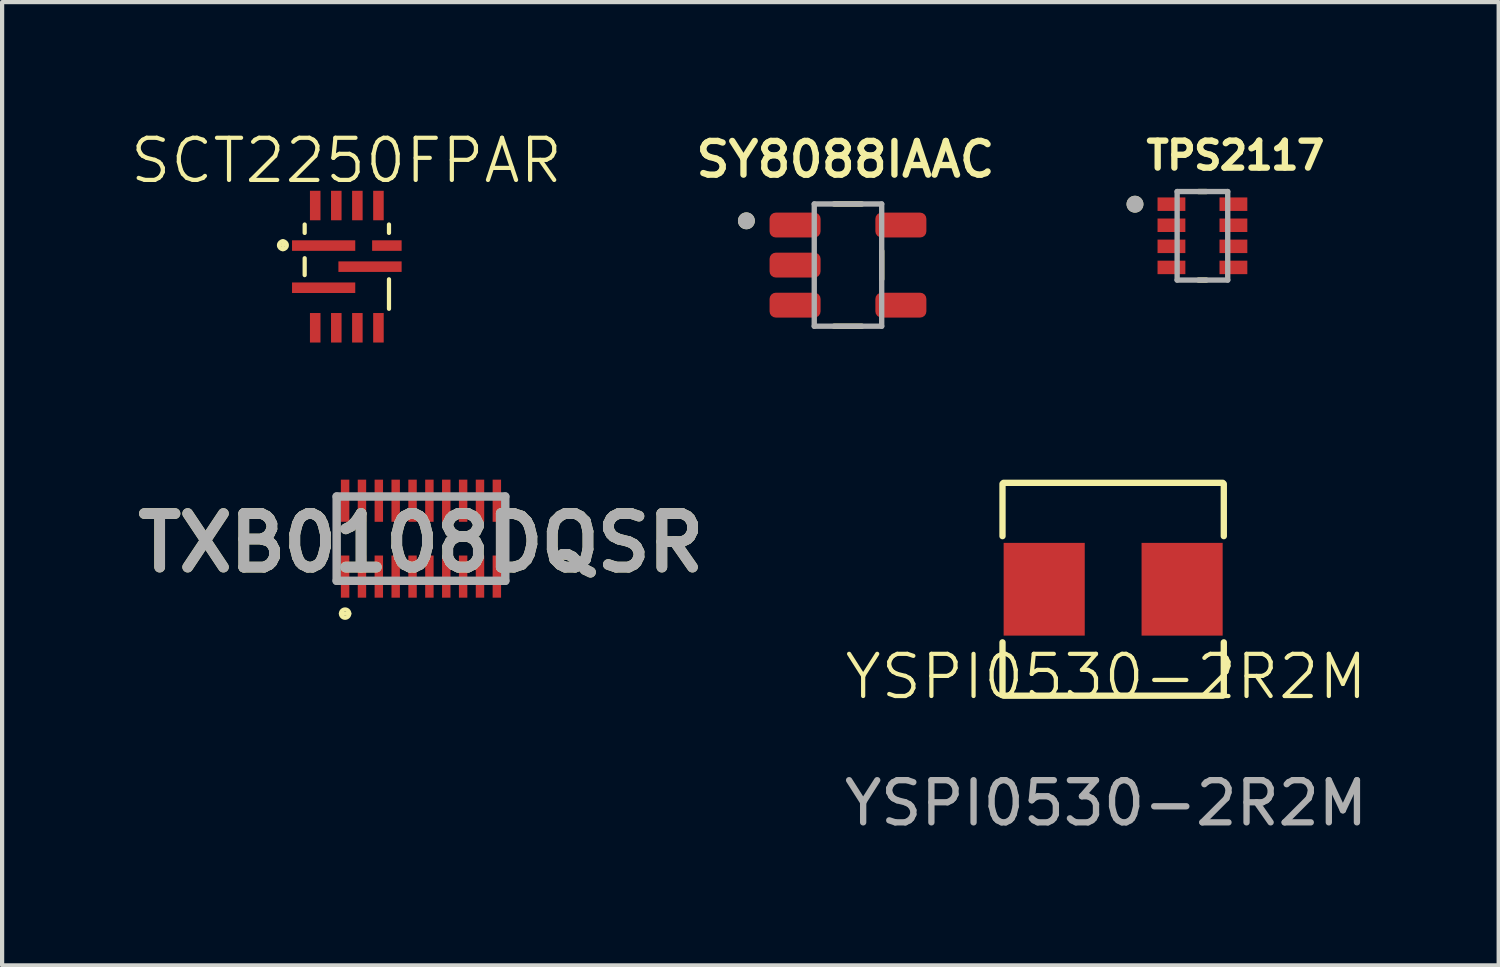
<source format=kicad_pcb>
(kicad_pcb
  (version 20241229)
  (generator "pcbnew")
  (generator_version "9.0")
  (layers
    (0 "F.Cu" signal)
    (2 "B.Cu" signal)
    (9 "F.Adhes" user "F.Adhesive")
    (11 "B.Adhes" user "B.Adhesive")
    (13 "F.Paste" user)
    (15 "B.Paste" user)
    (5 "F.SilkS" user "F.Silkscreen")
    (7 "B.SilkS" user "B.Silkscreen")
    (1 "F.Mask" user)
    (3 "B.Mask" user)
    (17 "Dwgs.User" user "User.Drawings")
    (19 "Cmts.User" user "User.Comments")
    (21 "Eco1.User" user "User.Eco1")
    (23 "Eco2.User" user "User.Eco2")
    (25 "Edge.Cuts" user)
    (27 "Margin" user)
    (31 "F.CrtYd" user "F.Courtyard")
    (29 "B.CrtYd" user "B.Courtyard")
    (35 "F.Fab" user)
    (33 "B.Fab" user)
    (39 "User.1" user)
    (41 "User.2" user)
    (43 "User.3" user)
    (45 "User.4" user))
  (footprint "SY8088IAAC"
    (layer "F.Cu")
    (at 17.067 3.239)
    (property "Reference" "SY8088IAAC" (at -0.06 -2.508 0) (layer "F.SilkS") (effects (font (size 0.8 0.8) (thickness 0.15))))
    (attr smd)
    (fp_line (start -0.33 -1.45) (end 0.33 -1.45) (stroke (width 0.127) (type solid)) (layer "F.SilkS"))
    (fp_line (start 0.33 1.45) (end -0.33 1.45) (stroke (width 0.127) (type solid)) (layer "F.SilkS"))
    (fp_line (start 0.8 -0.335) (end 0.8 0.335) (stroke (width 0.127) (type solid)) (layer "F.SilkS"))
    (fp_circle (center -2.41 -1.05) (end -2.31 -1.05) (stroke (width 0.2) (type solid)) (fill no) (layer "F.SilkS"))
    (fp_line (start -0.8 -1.45) (end 0.8 -1.45) (stroke (width 0.127) (type solid)) (layer "F.Fab"))
    (fp_line (start -0.8 1.45) (end -0.8 -1.45) (stroke (width 0.127) (type solid)) (layer "F.Fab"))
    (fp_line (start 0.8 -1.45) (end 0.8 1.45) (stroke (width 0.127) (type solid)) (layer "F.Fab"))
    (fp_line (start 0.8 1.45) (end -0.8 1.45) (stroke (width 0.127) (type solid)) (layer "F.Fab"))
    (fp_circle (center -2.41 -1.05) (end -2.31 -1.05) (stroke (width 0.2) (type solid)) (fill no) (layer "F.Fab"))
    (pad "1" smd roundrect (at -1.255 -0.95) (size 1.21 0.59) (layers "F.Cu" "F.Mask" "F.Paste") (roundrect_rratio 0.25))
    (pad "2" smd roundrect (at -1.255 0) (size 1.21 0.59) (layers "F.Cu" "F.Mask" "F.Paste") (roundrect_rratio 0.25))
    (pad "3" smd roundrect (at -1.255 0.95) (size 1.21 0.59) (layers "F.Cu" "F.Mask" "F.Paste") (roundrect_rratio 0.25))
    (pad "4" smd roundrect (at 1.255 0.95) (size 1.21 0.59) (layers "F.Cu" "F.Mask" "F.Paste") (roundrect_rratio 0.25))
    (pad "5" smd roundrect (at 1.255 -0.95) (size 1.21 0.59) (layers "F.Cu" "F.Mask" "F.Paste") (roundrect_rratio 0.25)))
  (footprint "YSPI0530-2R2M"
    (layer "F.Cu")
    (at 23.189 13.504)
    (property "Reference" "YSPI0530-2R2M" (at 0 -0.5 0) (unlocked yes) (layer "F.SilkS") (effects (font (size 1 1) (thickness 0.1))))
    (attr smd)
    (fp_line (start -2.456 -3.835) (end -2.456 -5.075) (stroke (width 0.15) (type solid)) (layer "F.SilkS"))
    (fp_line (start -2.456 -0.075) (end -2.456 -1.315) (stroke (width 0.15) (type solid)) (layer "F.SilkS"))
    (fp_line (start -2.431 -5.1) (end 2.769 -5.1) (stroke (width 0.15) (type solid)) (layer "F.SilkS"))
    (fp_line (start -2.431 -0.05) (end 2.769 -0.05) (stroke (width 0.15) (type solid)) (layer "F.SilkS"))
    (fp_line (start 2.794 -3.835) (end 2.794 -5.075) (stroke (width 0.15) (type solid)) (layer "F.SilkS"))
    (fp_line (start 2.794 -0.075) (end 2.794 -1.315) (stroke (width 0.15) (type solid)) (layer "F.SilkS"))
    (fp_line (start -2.456 -0.05) (end -2.456 -5.075) (stroke (width 0.15) (type solid)) (layer "Eco1.User"))
    (fp_line (start -2.431 -5.1) (end 2.769 -5.1) (stroke (width 0.15) (type solid)) (layer "Eco1.User"))
    (fp_line (start -2.431 -0.05) (end 2.769 -0.05) (stroke (width 0.15) (type solid)) (layer "Eco1.User"))
    (fp_line (start 2.794 -0.05) (end 2.794 -5.075) (stroke (width 0.15) (type solid)) (layer "Eco1.User"))
    (fp_text user "${REFERENCE}" (at 0 2.5 0) (unlocked yes) (layer "F.Fab") (effects (font (size 1 1) (thickness 0.15))))
    (pad "1" smd rect (at 1.805 -2.575) (size 1.924 2.2) (layers "F.Cu" "F.Mask" "F.Paste"))
    (pad "2" smd rect (at -1.467 -2.575) (size 1.924 2.2) (layers "F.Cu" "F.Mask" "F.Paste")))
  (footprint "SCT2250FPAR"
    (layer "F.Cu")
    (at 5.169 5.079)
    (property "Reference" "SCT2250FPAR" (at 0 -4.318 0) (unlocked yes) (layer "F.SilkS") (effects (font (size 1 1) (thickness 0.1))))
    (attr smd)
    (fp_line (start -1.507 -2.311) (end -1.489 -2.346) (stroke (width 0.1) (type default)) (layer "F.SilkS"))
    (fp_line (start -0.991 -2.603) (end -0.991 -2.803) (stroke (width 0.1) (type solid)) (layer "F.SilkS"))
    (fp_line (start -0.991 -1.603) (end -0.991 -2.003) (stroke (width 0.1) (type solid)) (layer "F.SilkS"))
    (fp_line (start 1.009 -2.603) (end 1.009 -2.803) (stroke (width 0.1) (type solid)) (layer "F.SilkS"))
    (fp_line (start 1.009 -0.803) (end 1.009 -1.503) (stroke (width 0.1) (type solid)) (layer "F.SilkS"))
    (fp_arc (start -1.5074 -2.4042) (mid -1.4146 -2.3114) (end -1.5074 -2.2186) (stroke (width 0.1) (type solid)) (layer "F.SilkS"))
    (fp_arc (start -1.5074 -2.2186) (mid -1.6002 -2.3114) (end -1.5074 -2.4042) (stroke (width 0.1) (type solid)) (layer "F.SilkS"))
    (fp_line (start -0.991 -0.353) (end -0.991 -3.303) (stroke (width 0.2) (type solid)) (layer "Eco1.User"))
    (fp_line (start 1.009 -3.303) (end -0.991 -3.303) (stroke (width 0.2) (type solid)) (layer "Eco1.User"))
    (fp_line (start 1.009 -0.353) (end -0.991 -0.353) (stroke (width 0.2) (type solid)) (layer "Eco1.User"))
    (fp_line (start 1.009 -0.353) (end 1.009 -3.303) (stroke (width 0.2) (type solid)) (layer "Eco1.User"))
    (fp_text user "${}" (at -0.454 -2.718 0) (unlocked yes) (layer "Eco1.User") (effects (font (size 1 1) (thickness 0.3)) (justify left bottom mirror)))
    (pad "1" smd rect (at -0.541 -2.303) (size 1.5 0.25) (layers "F.Cu" "F.Mask" "F.Paste"))
    (pad "2" smd rect (at -0.541 -1.303) (size 1.5 0.25) (layers "F.Cu" "F.Mask" "F.Paste"))
    (pad "3" smd rect (at -0.741 -0.353 90) (size 0.7 0.25) (layers "F.Cu" "F.Mask" "F.Paste"))
    (pad "4" smd rect (at -0.241 -0.353 90) (size 0.7 0.25) (layers "F.Cu" "F.Mask" "F.Paste"))
    (pad "5" smd rect (at 0.259 -0.353 90) (size 0.7 0.25) (layers "F.Cu" "F.Mask" "F.Paste"))
    (pad "6" smd rect (at 0.759 -0.353 90) (size 0.7 0.25) (layers "F.Cu" "F.Mask" "F.Paste"))
    (pad "7" smd rect (at 0.559 -1.803) (size 1.5 0.25) (layers "F.Cu" "F.Mask" "F.Paste"))
    (pad "8" smd rect (at 0.959 -2.303) (size 0.7 0.25) (layers "F.Cu" "F.Mask" "F.Paste"))
    (pad "9" smd rect (at 0.759 -3.253 90) (size 0.7 0.25) (layers "F.Cu" "F.Mask" "F.Paste"))
    (pad "10" smd rect (at 0.259 -3.253 90) (size 0.7 0.25) (layers "F.Cu" "F.Mask" "F.Paste"))
    (pad "11" smd rect (at -0.241 -3.253 90) (size 0.7 0.25) (layers "F.Cu" "F.Mask" "F.Paste"))
    (pad "12" smd rect (at -0.741 -3.253 90) (size 0.7 0.25) (layers "F.Cu" "F.Mask" "F.Paste")))
  (footprint "TXB0108DQSR"
    (layer "F.Cu")
    (at 6.937 9.729)
    (property "Reference" "TXB0108DQSR" (at 0 0.1 0) (layer "F.SilkS") (effects (font (size 1.27 1.27) (thickness 0.254))))
    (attr smd)
    (fp_line (start -2 -0.3) (end -2 0.2) (stroke (width 0.1) (type solid)) (layer "F.SilkS"))
    (fp_line (start -1.85 1.778) (end -1.85 1.778) (stroke (width 0.1) (type solid)) (layer "F.SilkS"))
    (fp_line (start -1.85 1.778) (end -1.75 1.778) (stroke (width 0.1) (type solid)) (layer "F.SilkS"))
    (fp_line (start 2 -0.3) (end 2 0.3) (stroke (width 0.1) (type solid)) (layer "F.SilkS"))
    (fp_arc (start -1.8982 1.778) (mid -1.8 1.6798) (end -1.7018 1.778) (stroke (width 0.1) (type solid)) (layer "F.SilkS"))
    (fp_arc (start -1.7018 1.778) (mid -1.8 1.8762) (end -1.8982 1.778) (stroke (width 0.1) (type solid)) (layer "F.SilkS"))
    (fp_line (start -2 -1) (end 2 -1) (stroke (width 0.2) (type solid)) (layer "F.Fab"))
    (fp_line (start -2 1) (end -2 -1) (stroke (width 0.2) (type solid)) (layer "F.Fab"))
    (fp_line (start 2 -1) (end 2 1) (stroke (width 0.2) (type solid)) (layer "F.Fab"))
    (fp_line (start 2 1) (end -2 1) (stroke (width 0.2) (type solid)) (layer "F.Fab"))
    (fp_text user "${REFERENCE}" (at 0 0.1 0) (layer "F.Fab") (effects (font (size 1.27 1.27) (thickness 0.254))))
    (pad "1" smd rect (at -1.8 0.9) (size 0.2 1) (layers "F.Cu" "F.Mask" "F.Paste"))
    (pad "2" smd rect (at -1.4 0.9) (size 0.2 1) (layers "F.Cu" "F.Mask" "F.Paste"))
    (pad "3" smd rect (at -1 0.9) (size 0.2 1) (layers "F.Cu" "F.Mask" "F.Paste"))
    (pad "4" smd rect (at -0.6 0.9) (size 0.2 1) (layers "F.Cu" "F.Mask" "F.Paste"))
    (pad "5" smd rect (at -0.2 0.9) (size 0.2 1) (layers "F.Cu" "F.Mask" "F.Paste"))
    (pad "6" smd rect (at 0.2 0.9) (size 0.2 1) (layers "F.Cu" "F.Mask" "F.Paste"))
    (pad "7" smd rect (at 0.6 0.9) (size 0.2 1) (layers "F.Cu" "F.Mask" "F.Paste"))
    (pad "8" smd rect (at 1 0.9) (size 0.2 1) (layers "F.Cu" "F.Mask" "F.Paste"))
    (pad "9" smd rect (at 1.4 0.9) (size 0.2 1) (layers "F.Cu" "F.Mask" "F.Paste"))
    (pad "10" smd rect (at 1.8 0.9) (size 0.2 1) (layers "F.Cu" "F.Mask" "F.Paste"))
    (pad "11" smd rect (at 1.8 -0.9) (size 0.2 1) (layers "F.Cu" "F.Mask" "F.Paste"))
    (pad "12" smd rect (at 1.4 -0.9) (size 0.2 1) (layers "F.Cu" "F.Mask" "F.Paste"))
    (pad "13" smd rect (at 1 -0.9) (size 0.2 1) (layers "F.Cu" "F.Mask" "F.Paste"))
    (pad "14" smd rect (at 0.6 -0.9) (size 0.2 1) (layers "F.Cu" "F.Mask" "F.Paste"))
    (pad "15" smd rect (at 0.2 -0.9) (size 0.2 1) (layers "F.Cu" "F.Mask" "F.Paste"))
    (pad "16" smd rect (at -0.2 -0.9) (size 0.2 1) (layers "F.Cu" "F.Mask" "F.Paste"))
    (pad "17" smd rect (at -0.6 -0.9) (size 0.2 1) (layers "F.Cu" "F.Mask" "F.Paste"))
    (pad "18" smd rect (at -1 -0.9) (size 0.2 1) (layers "F.Cu" "F.Mask" "F.Paste"))
    (pad "19" smd rect (at -1.4 -0.9) (size 0.2 1) (layers "F.Cu" "F.Mask" "F.Paste"))
    (pad "20" smd rect (at -1.8 -0.9) (size 0.2 1) (layers "F.Cu" "F.Mask" "F.Paste")))
  (footprint "TPS2117"
    (layer "F.Cu")
    (at 25.476 2.544)
    (property "Reference" "TPS2117" (at 0.782 -1.906 0) (layer "F.SilkS") (effects (font (size 0.64 0.64) (thickness 0.15))))
    (attr smd)
    (fp_poly (pts (xy -1.115 -0.96) (xy -0.355 -0.96) (xy -0.355 -0.54) (xy -1.115 -0.54)) (stroke (width 0.01) (type solid)) (fill yes) (layer "F.Mask"))
    (fp_poly (pts (xy -1.115 -0.46) (xy -0.355 -0.46) (xy -0.355 -0.04) (xy -1.115 -0.04)) (stroke (width 0.01) (type solid)) (fill yes) (layer "F.Mask"))
    (fp_poly (pts (xy -1.115 0.04) (xy -0.355 0.04) (xy -0.355 0.46) (xy -1.115 0.46)) (stroke (width 0.01) (type solid)) (fill yes) (layer "F.Mask"))
    (fp_poly (pts (xy -1.115 0.54) (xy -0.355 0.54) (xy -0.355 0.96) (xy -1.115 0.96)) (stroke (width 0.01) (type solid)) (fill yes) (layer "F.Mask"))
    (fp_poly (pts (xy 0.355 -0.96) (xy 1.115 -0.96) (xy 1.115 -0.54) (xy 0.355 -0.54)) (stroke (width 0.01) (type solid)) (fill yes) (layer "F.Mask"))
    (fp_poly (pts (xy 0.355 -0.46) (xy 1.115 -0.46) (xy 1.115 -0.04) (xy 0.355 -0.04)) (stroke (width 0.01) (type solid)) (fill yes) (layer "F.Mask"))
    (fp_poly (pts (xy 0.355 0.04) (xy 1.115 0.04) (xy 1.115 0.46) (xy 0.355 0.46)) (stroke (width 0.01) (type solid)) (fill yes) (layer "F.Mask"))
    (fp_poly (pts (xy 0.355 0.54) (xy 1.115 0.54) (xy 1.115 0.96) (xy 0.355 0.96)) (stroke (width 0.01) (type solid)) (fill yes) (layer "F.Mask"))
    (fp_line (start -0.091 -1.05) (end 0.091 -1.05) (stroke (width 0.127) (type solid)) (layer "F.SilkS"))
    (fp_line (start 0.091 1.05) (end -0.091 1.05) (stroke (width 0.127) (type solid)) (layer "F.SilkS"))
    (fp_circle (center -1.6 -0.75) (end -1.5 -0.75) (stroke (width 0.2) (type solid)) (fill no) (layer "F.SilkS"))
    (fp_line (start -0.6 -1.05) (end 0.6 -1.05) (stroke (width 0.127) (type solid)) (layer "F.Fab"))
    (fp_line (start -0.6 1.05) (end -0.6 -1.05) (stroke (width 0.127) (type solid)) (layer "F.Fab"))
    (fp_line (start 0.6 -1.05) (end 0.6 1.05) (stroke (width 0.127) (type solid)) (layer "F.Fab"))
    (fp_line (start 0.6 1.05) (end -0.6 1.05) (stroke (width 0.127) (type solid)) (layer "F.Fab"))
    (fp_circle (center -1.6 -0.75) (end -1.5 -0.75) (stroke (width 0.2) (type solid)) (fill no) (layer "F.Fab"))
    (pad "1" smd rect (at -0.735 -0.75) (size 0.66 0.32) (layers "F.Cu" "F.Paste"))
    (pad "2" smd rect (at -0.735 -0.25) (size 0.66 0.32) (layers "F.Cu" "F.Paste"))
    (pad "3" smd rect (at -0.735 0.25) (size 0.66 0.32) (layers "F.Cu" "F.Paste"))
    (pad "4" smd rect (at -0.735 0.75) (size 0.66 0.32) (layers "F.Cu" "F.Paste"))
    (pad "5" smd rect (at 0.735 0.75) (size 0.66 0.32) (layers "F.Cu" "F.Paste"))
    (pad "6" smd rect (at 0.735 0.25) (size 0.66 0.32) (layers "F.Cu" "F.Paste"))
    (pad "7" smd rect (at 0.735 -0.25) (size 0.66 0.32) (layers "F.Cu" "F.Paste"))
    (pad "8" smd rect (at 0.735 -0.75) (size 0.66 0.32) (layers "F.Cu" "F.Paste")))
  (gr_rect
    (start -3 -3)
    (end 32.504 19.852)
    (stroke (width 0.1) (type default))
    (fill no)
    (layer "Edge.Cuts")))
</source>
